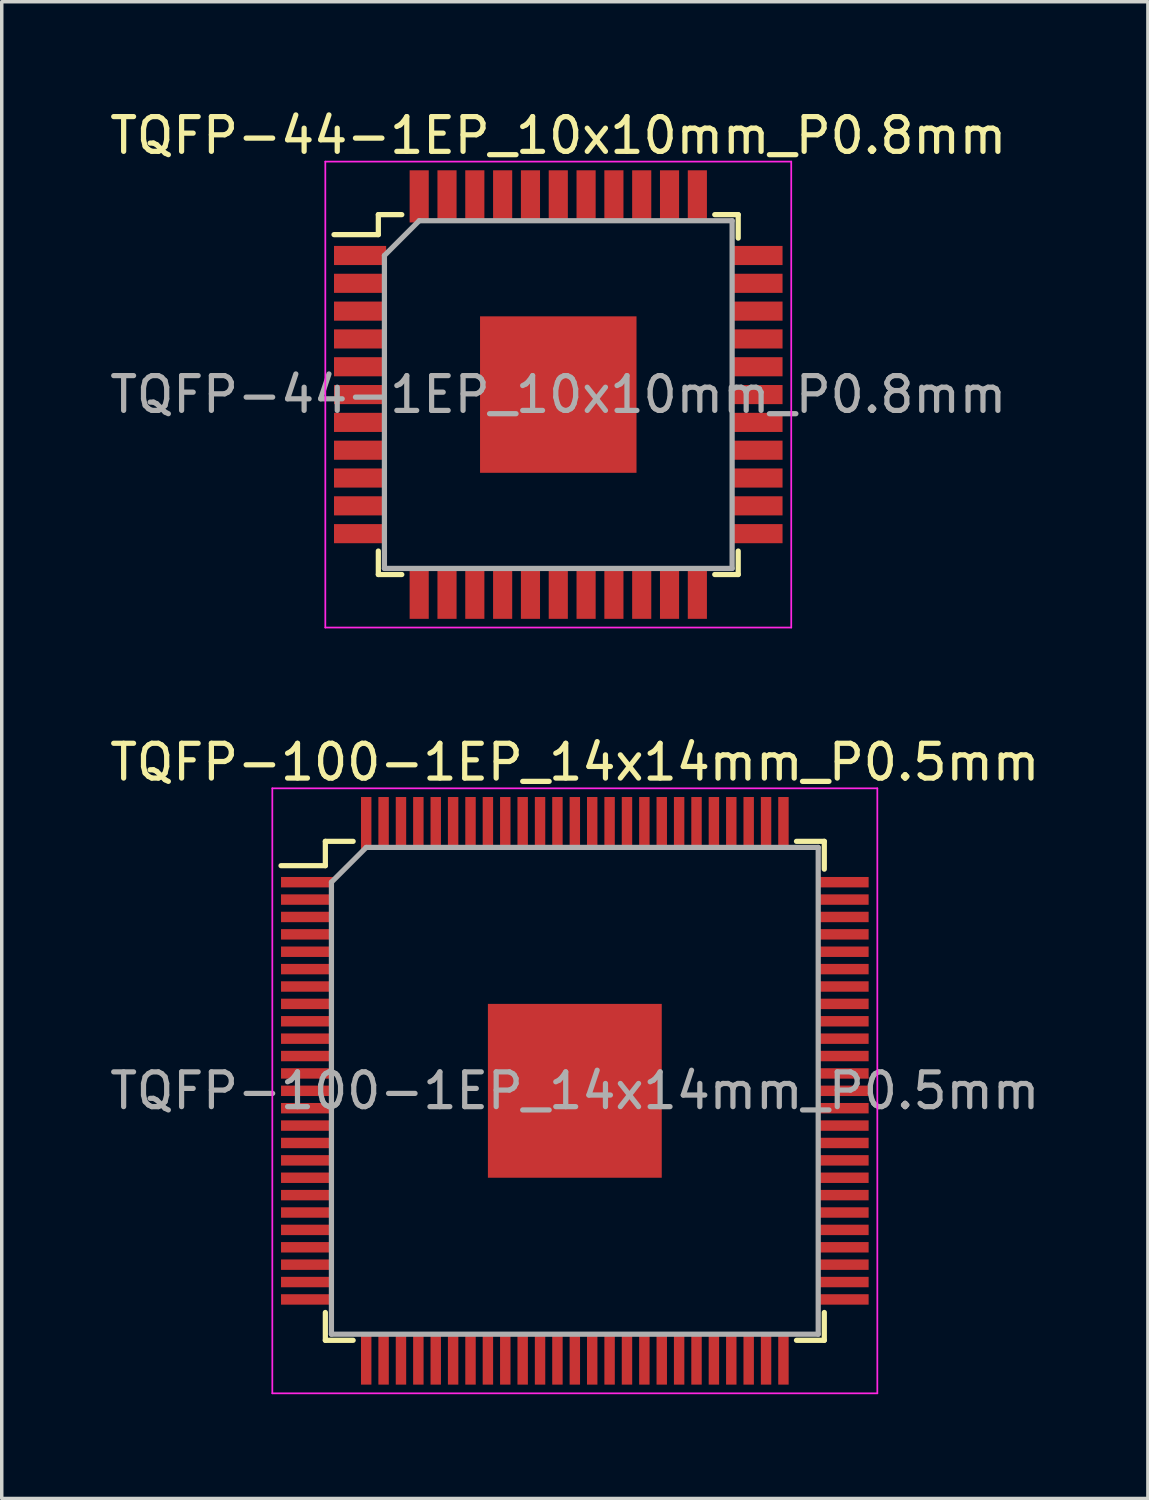
<source format=kicad_pcb>
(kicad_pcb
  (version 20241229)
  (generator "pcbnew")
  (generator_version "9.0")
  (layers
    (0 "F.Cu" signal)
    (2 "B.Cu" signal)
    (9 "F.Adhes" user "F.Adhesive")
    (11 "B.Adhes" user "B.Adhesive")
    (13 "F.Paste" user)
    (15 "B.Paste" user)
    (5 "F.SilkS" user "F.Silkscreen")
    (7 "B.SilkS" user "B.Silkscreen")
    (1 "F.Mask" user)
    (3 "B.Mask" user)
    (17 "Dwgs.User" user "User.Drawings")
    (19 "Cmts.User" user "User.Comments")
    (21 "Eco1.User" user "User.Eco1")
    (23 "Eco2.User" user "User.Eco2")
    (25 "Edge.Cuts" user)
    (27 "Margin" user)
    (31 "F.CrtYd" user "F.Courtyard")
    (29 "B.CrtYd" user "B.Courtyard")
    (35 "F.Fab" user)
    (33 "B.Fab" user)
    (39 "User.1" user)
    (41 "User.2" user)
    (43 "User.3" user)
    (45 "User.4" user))
  (footprint "TQFP-44-1EP_10x10mm_P0.8mm"
    (layer "F.Cu")
    (at 13.006 8.298)
    (property "Reference" "TQFP-44-1EP_10x10mm_P0.8mm" (at 0 -7.45 0) (layer "F.SilkS") (effects (font (size 1 1) (thickness 0.15))))
    (attr smd)
    (fp_line (start -5.175 -5.175) (end -5.175 -4.6) (stroke (width 0.15) (type solid)) (layer "F.SilkS"))
    (fp_line (start -5.175 -5.175) (end -4.5 -5.175) (stroke (width 0.15) (type solid)) (layer "F.SilkS"))
    (fp_line (start -5.175 -4.6) (end -6.45 -4.6) (stroke (width 0.15) (type solid)) (layer "F.SilkS"))
    (fp_line (start -5.175 5.175) (end -5.175 4.5) (stroke (width 0.15) (type solid)) (layer "F.SilkS"))
    (fp_line (start -5.175 5.175) (end -4.5 5.175) (stroke (width 0.15) (type solid)) (layer "F.SilkS"))
    (fp_line (start 5.175 -5.175) (end 4.5 -5.175) (stroke (width 0.15) (type solid)) (layer "F.SilkS"))
    (fp_line (start 5.175 -5.175) (end 5.175 -4.5) (stroke (width 0.15) (type solid)) (layer "F.SilkS"))
    (fp_line (start 5.175 5.175) (end 4.5 5.175) (stroke (width 0.15) (type solid)) (layer "F.SilkS"))
    (fp_line (start 5.175 5.175) (end 5.175 4.5) (stroke (width 0.15) (type solid)) (layer "F.SilkS"))
    (fp_line (start -6.7 -6.7) (end -6.7 6.7) (stroke (width 0.05) (type solid)) (layer "F.CrtYd"))
    (fp_line (start -6.7 -6.7) (end 6.7 -6.7) (stroke (width 0.05) (type solid)) (layer "F.CrtYd"))
    (fp_line (start -6.7 6.7) (end 6.7 6.7) (stroke (width 0.05) (type solid)) (layer "F.CrtYd"))
    (fp_line (start 6.7 -6.7) (end 6.7 6.7) (stroke (width 0.05) (type solid)) (layer "F.CrtYd"))
    (fp_line (start -5 -4) (end -4 -5) (stroke (width 0.15) (type solid)) (layer "F.Fab"))
    (fp_line (start -5 5) (end -5 -4) (stroke (width 0.15) (type solid)) (layer "F.Fab"))
    (fp_line (start -4 -5) (end 5 -5) (stroke (width 0.15) (type solid)) (layer "F.Fab"))
    (fp_line (start 5 -5) (end 5 5) (stroke (width 0.15) (type solid)) (layer "F.Fab"))
    (fp_line (start 5 5) (end -5 5) (stroke (width 0.15) (type solid)) (layer "F.Fab"))
    (fp_text user "${REFERENCE}" (at 0 0 0) (layer "F.Fab") (effects (font (size 1 1) (thickness 0.15))))
    (pad "" smd rect (at -1.5 -1.5) (size 1.16 1.16) (layers "F.Paste"))
    (pad "" smd rect (at -1.5 0) (size 1.16 1.16) (layers "F.Paste"))
    (pad "" smd rect (at -1.5 1.5) (size 1.16 1.16) (layers "F.Paste"))
    (pad "" smd rect (at 0 -1.5) (size 1.16 1.16) (layers "F.Paste"))
    (pad "" smd rect (at 0 0) (size 1.16 1.16) (layers "F.Paste"))
    (pad "" smd rect (at 0 1.5) (size 1.16 1.16) (layers "F.Paste"))
    (pad "" smd rect (at 1.5 -1.5) (size 1.16 1.16) (layers "F.Paste"))
    (pad "" smd rect (at 1.5 0) (size 1.16 1.16) (layers "F.Paste"))
    (pad "" smd rect (at 1.5 1.5) (size 1.16 1.16) (layers "F.Paste"))
    (pad "1" smd rect (at -5.7 -4) (size 1.5 0.55) (layers "F.Cu" "F.Mask" "F.Paste"))
    (pad "2" smd rect (at -5.7 -3.2) (size 1.5 0.55) (layers "F.Cu" "F.Mask" "F.Paste"))
    (pad "3" smd rect (at -5.7 -2.4) (size 1.5 0.55) (layers "F.Cu" "F.Mask" "F.Paste"))
    (pad "4" smd rect (at -5.7 -1.6) (size 1.5 0.55) (layers "F.Cu" "F.Mask" "F.Paste"))
    (pad "5" smd rect (at -5.7 -0.8) (size 1.5 0.55) (layers "F.Cu" "F.Mask" "F.Paste"))
    (pad "6" smd rect (at -5.7 0) (size 1.5 0.55) (layers "F.Cu" "F.Mask" "F.Paste"))
    (pad "7" smd rect (at -5.7 0.8) (size 1.5 0.55) (layers "F.Cu" "F.Mask" "F.Paste"))
    (pad "8" smd rect (at -5.7 1.6) (size 1.5 0.55) (layers "F.Cu" "F.Mask" "F.Paste"))
    (pad "9" smd rect (at -5.7 2.4) (size 1.5 0.55) (layers "F.Cu" "F.Mask" "F.Paste"))
    (pad "10" smd rect (at -5.7 3.2) (size 1.5 0.55) (layers "F.Cu" "F.Mask" "F.Paste"))
    (pad "11" smd rect (at -5.7 4) (size 1.5 0.55) (layers "F.Cu" "F.Mask" "F.Paste"))
    (pad "12" smd rect (at -4 5.7 90) (size 1.5 0.55) (layers "F.Cu" "F.Mask" "F.Paste"))
    (pad "13" smd rect (at -3.2 5.7 90) (size 1.5 0.55) (layers "F.Cu" "F.Mask" "F.Paste"))
    (pad "14" smd rect (at -2.4 5.7 90) (size 1.5 0.55) (layers "F.Cu" "F.Mask" "F.Paste"))
    (pad "15" smd rect (at -1.6 5.7 90) (size 1.5 0.55) (layers "F.Cu" "F.Mask" "F.Paste"))
    (pad "16" smd rect (at -0.8 5.7 90) (size 1.5 0.55) (layers "F.Cu" "F.Mask" "F.Paste"))
    (pad "17" smd rect (at 0 5.7 90) (size 1.5 0.55) (layers "F.Cu" "F.Mask" "F.Paste"))
    (pad "18" smd rect (at 0.8 5.7 90) (size 1.5 0.55) (layers "F.Cu" "F.Mask" "F.Paste"))
    (pad "19" smd rect (at 1.6 5.7 90) (size 1.5 0.55) (layers "F.Cu" "F.Mask" "F.Paste"))
    (pad "20" smd rect (at 2.4 5.7 90) (size 1.5 0.55) (layers "F.Cu" "F.Mask" "F.Paste"))
    (pad "21" smd rect (at 3.2 5.7 90) (size 1.5 0.55) (layers "F.Cu" "F.Mask" "F.Paste"))
    (pad "22" smd rect (at 4 5.7 90) (size 1.5 0.55) (layers "F.Cu" "F.Mask" "F.Paste"))
    (pad "23" smd rect (at 5.7 4) (size 1.5 0.55) (layers "F.Cu" "F.Mask" "F.Paste"))
    (pad "24" smd rect (at 5.7 3.2) (size 1.5 0.55) (layers "F.Cu" "F.Mask" "F.Paste"))
    (pad "25" smd rect (at 5.7 2.4) (size 1.5 0.55) (layers "F.Cu" "F.Mask" "F.Paste"))
    (pad "26" smd rect (at 5.7 1.6) (size 1.5 0.55) (layers "F.Cu" "F.Mask" "F.Paste"))
    (pad "27" smd rect (at 5.7 0.8) (size 1.5 0.55) (layers "F.Cu" "F.Mask" "F.Paste"))
    (pad "28" smd rect (at 5.7 0) (size 1.5 0.55) (layers "F.Cu" "F.Mask" "F.Paste"))
    (pad "29" smd rect (at 5.7 -0.8) (size 1.5 0.55) (layers "F.Cu" "F.Mask" "F.Paste"))
    (pad "30" smd rect (at 5.7 -1.6) (size 1.5 0.55) (layers "F.Cu" "F.Mask" "F.Paste"))
    (pad "31" smd rect (at 5.7 -2.4) (size 1.5 0.55) (layers "F.Cu" "F.Mask" "F.Paste"))
    (pad "32" smd rect (at 5.7 -3.2) (size 1.5 0.55) (layers "F.Cu" "F.Mask" "F.Paste"))
    (pad "33" smd rect (at 5.7 -4) (size 1.5 0.55) (layers "F.Cu" "F.Mask" "F.Paste"))
    (pad "34" smd rect (at 4 -5.7 90) (size 1.5 0.55) (layers "F.Cu" "F.Mask" "F.Paste"))
    (pad "35" smd rect (at 3.2 -5.7 90) (size 1.5 0.55) (layers "F.Cu" "F.Mask" "F.Paste"))
    (pad "36" smd rect (at 2.4 -5.7 90) (size 1.5 0.55) (layers "F.Cu" "F.Mask" "F.Paste"))
    (pad "37" smd rect (at 1.6 -5.7 90) (size 1.5 0.55) (layers "F.Cu" "F.Mask" "F.Paste"))
    (pad "38" smd rect (at 0.8 -5.7 90) (size 1.5 0.55) (layers "F.Cu" "F.Mask" "F.Paste"))
    (pad "39" smd rect (at 0 -5.7 90) (size 1.5 0.55) (layers "F.Cu" "F.Mask" "F.Paste"))
    (pad "40" smd rect (at -0.8 -5.7 90) (size 1.5 0.55) (layers "F.Cu" "F.Mask" "F.Paste"))
    (pad "41" smd rect (at -1.6 -5.7 90) (size 1.5 0.55) (layers "F.Cu" "F.Mask" "F.Paste"))
    (pad "42" smd rect (at -2.4 -5.7 90) (size 1.5 0.55) (layers "F.Cu" "F.Mask" "F.Paste"))
    (pad "43" smd rect (at -3.2 -5.7 90) (size 1.5 0.55) (layers "F.Cu" "F.Mask" "F.Paste"))
    (pad "44" smd rect (at -4 -5.7 90) (size 1.5 0.55) (layers "F.Cu" "F.Mask" "F.Paste"))
    (pad "45" smd rect (at 0 0) (size 4.5 4.5) (layers "F.Cu" "F.Mask")))
  (footprint "TQFP-100-1EP_14x14mm_P0.5mm"
    (layer "F.Cu")
    (at 13.482 28.322)
    (property "Reference" "TQFP-100-1EP_14x14mm_P0.5mm" (at 0 -9.45 0) (layer "F.SilkS") (effects (font (size 1 1) (thickness 0.15))))
    (attr smd)
    (fp_line (start -7.175 -7.175) (end -7.175 -6.475) (stroke (width 0.15) (type solid)) (layer "F.SilkS"))
    (fp_line (start -7.175 -7.175) (end -6.375 -7.175) (stroke (width 0.15) (type solid)) (layer "F.SilkS"))
    (fp_line (start -7.175 -6.475) (end -8.45 -6.475) (stroke (width 0.15) (type solid)) (layer "F.SilkS"))
    (fp_line (start -7.175 7.175) (end -7.175 6.375) (stroke (width 0.15) (type solid)) (layer "F.SilkS"))
    (fp_line (start -7.175 7.175) (end -6.375 7.175) (stroke (width 0.15) (type solid)) (layer "F.SilkS"))
    (fp_line (start 7.175 -7.175) (end 6.375 -7.175) (stroke (width 0.15) (type solid)) (layer "F.SilkS"))
    (fp_line (start 7.175 -7.175) (end 7.175 -6.375) (stroke (width 0.15) (type solid)) (layer "F.SilkS"))
    (fp_line (start 7.175 7.175) (end 6.375 7.175) (stroke (width 0.15) (type solid)) (layer "F.SilkS"))
    (fp_line (start 7.175 7.175) (end 7.175 6.375) (stroke (width 0.15) (type solid)) (layer "F.SilkS"))
    (fp_line (start -8.7 -8.7) (end -8.7 8.7) (stroke (width 0.05) (type solid)) (layer "F.CrtYd"))
    (fp_line (start -8.7 -8.7) (end 8.7 -8.7) (stroke (width 0.05) (type solid)) (layer "F.CrtYd"))
    (fp_line (start -8.7 8.7) (end 8.7 8.7) (stroke (width 0.05) (type solid)) (layer "F.CrtYd"))
    (fp_line (start 8.7 -8.7) (end 8.7 8.7) (stroke (width 0.05) (type solid)) (layer "F.CrtYd"))
    (fp_line (start -7 -6) (end -6 -7) (stroke (width 0.15) (type solid)) (layer "F.Fab"))
    (fp_line (start -7 7) (end -7 -6) (stroke (width 0.15) (type solid)) (layer "F.Fab"))
    (fp_line (start -6 -7) (end 7 -7) (stroke (width 0.15) (type solid)) (layer "F.Fab"))
    (fp_line (start 7 -7) (end 7 7) (stroke (width 0.15) (type solid)) (layer "F.Fab"))
    (fp_line (start 7 7) (end -7 7) (stroke (width 0.15) (type solid)) (layer "F.Fab"))
    (fp_text user "${REFERENCE}" (at 0 0 0) (layer "F.Fab") (effects (font (size 1 1) (thickness 0.15))))
    (pad "" smd rect (at -1.875 -1.875) (size 1 1) (layers "F.Paste"))
    (pad "" smd rect (at -1.875 -0.625) (size 1 1) (layers "F.Paste"))
    (pad "" smd rect (at -1.875 0.625) (size 1 1) (layers "F.Paste"))
    (pad "" smd rect (at -1.875 1.875) (size 1 1) (layers "F.Paste"))
    (pad "" smd rect (at -0.625 -1.875) (size 1 1) (layers "F.Paste"))
    (pad "" smd rect (at -0.625 -0.625) (size 1 1) (layers "F.Paste"))
    (pad "" smd rect (at -0.625 0.625) (size 1 1) (layers "F.Paste"))
    (pad "" smd rect (at -0.625 1.875) (size 1 1) (layers "F.Paste"))
    (pad "" smd rect (at 0.625 -1.875) (size 1 1) (layers "F.Paste"))
    (pad "" smd rect (at 0.625 -0.625) (size 1 1) (layers "F.Paste"))
    (pad "" smd rect (at 0.625 0.625) (size 1 1) (layers "F.Paste"))
    (pad "" smd rect (at 0.625 1.875) (size 1 1) (layers "F.Paste"))
    (pad "" smd rect (at 1.875 -1.875) (size 1 1) (layers "F.Paste"))
    (pad "" smd rect (at 1.875 -0.625) (size 1 1) (layers "F.Paste"))
    (pad "" smd rect (at 1.875 0.625) (size 1 1) (layers "F.Paste"))
    (pad "" smd rect (at 1.875 1.875) (size 1 1) (layers "F.Paste"))
    (pad "1" smd rect (at -7.7 -6) (size 1.5 0.3) (layers "F.Cu" "F.Mask" "F.Paste"))
    (pad "2" smd rect (at -7.7 -5.5) (size 1.5 0.3) (layers "F.Cu" "F.Mask" "F.Paste"))
    (pad "3" smd rect (at -7.7 -5) (size 1.5 0.3) (layers "F.Cu" "F.Mask" "F.Paste"))
    (pad "4" smd rect (at -7.7 -4.5) (size 1.5 0.3) (layers "F.Cu" "F.Mask" "F.Paste"))
    (pad "5" smd rect (at -7.7 -4) (size 1.5 0.3) (layers "F.Cu" "F.Mask" "F.Paste"))
    (pad "6" smd rect (at -7.7 -3.5) (size 1.5 0.3) (layers "F.Cu" "F.Mask" "F.Paste"))
    (pad "7" smd rect (at -7.7 -3) (size 1.5 0.3) (layers "F.Cu" "F.Mask" "F.Paste"))
    (pad "8" smd rect (at -7.7 -2.5) (size 1.5 0.3) (layers "F.Cu" "F.Mask" "F.Paste"))
    (pad "9" smd rect (at -7.7 -2) (size 1.5 0.3) (layers "F.Cu" "F.Mask" "F.Paste"))
    (pad "10" smd rect (at -7.7 -1.5) (size 1.5 0.3) (layers "F.Cu" "F.Mask" "F.Paste"))
    (pad "11" smd rect (at -7.7 -1) (size 1.5 0.3) (layers "F.Cu" "F.Mask" "F.Paste"))
    (pad "12" smd rect (at -7.7 -0.5) (size 1.5 0.3) (layers "F.Cu" "F.Mask" "F.Paste"))
    (pad "13" smd rect (at -7.7 0) (size 1.5 0.3) (layers "F.Cu" "F.Mask" "F.Paste"))
    (pad "14" smd rect (at -7.7 0.5) (size 1.5 0.3) (layers "F.Cu" "F.Mask" "F.Paste"))
    (pad "15" smd rect (at -7.7 1) (size 1.5 0.3) (layers "F.Cu" "F.Mask" "F.Paste"))
    (pad "16" smd rect (at -7.7 1.5) (size 1.5 0.3) (layers "F.Cu" "F.Mask" "F.Paste"))
    (pad "17" smd rect (at -7.7 2) (size 1.5 0.3) (layers "F.Cu" "F.Mask" "F.Paste"))
    (pad "18" smd rect (at -7.7 2.5) (size 1.5 0.3) (layers "F.Cu" "F.Mask" "F.Paste"))
    (pad "19" smd rect (at -7.7 3) (size 1.5 0.3) (layers "F.Cu" "F.Mask" "F.Paste"))
    (pad "20" smd rect (at -7.7 3.5) (size 1.5 0.3) (layers "F.Cu" "F.Mask" "F.Paste"))
    (pad "21" smd rect (at -7.7 4) (size 1.5 0.3) (layers "F.Cu" "F.Mask" "F.Paste"))
    (pad "22" smd rect (at -7.7 4.5) (size 1.5 0.3) (layers "F.Cu" "F.Mask" "F.Paste"))
    (pad "23" smd rect (at -7.7 5) (size 1.5 0.3) (layers "F.Cu" "F.Mask" "F.Paste"))
    (pad "24" smd rect (at -7.7 5.5) (size 1.5 0.3) (layers "F.Cu" "F.Mask" "F.Paste"))
    (pad "25" smd rect (at -7.7 6) (size 1.5 0.3) (layers "F.Cu" "F.Mask" "F.Paste"))
    (pad "26" smd rect (at -6 7.7 90) (size 1.5 0.3) (layers "F.Cu" "F.Mask" "F.Paste"))
    (pad "27" smd rect (at -5.5 7.7 90) (size 1.5 0.3) (layers "F.Cu" "F.Mask" "F.Paste"))
    (pad "28" smd rect (at -5 7.7 90) (size 1.5 0.3) (layers "F.Cu" "F.Mask" "F.Paste"))
    (pad "29" smd rect (at -4.5 7.7 90) (size 1.5 0.3) (layers "F.Cu" "F.Mask" "F.Paste"))
    (pad "30" smd rect (at -4 7.7 90) (size 1.5 0.3) (layers "F.Cu" "F.Mask" "F.Paste"))
    (pad "31" smd rect (at -3.5 7.7 90) (size 1.5 0.3) (layers "F.Cu" "F.Mask" "F.Paste"))
    (pad "32" smd rect (at -3 7.7 90) (size 1.5 0.3) (layers "F.Cu" "F.Mask" "F.Paste"))
    (pad "33" smd rect (at -2.5 7.7 90) (size 1.5 0.3) (layers "F.Cu" "F.Mask" "F.Paste"))
    (pad "34" smd rect (at -2 7.7 90) (size 1.5 0.3) (layers "F.Cu" "F.Mask" "F.Paste"))
    (pad "35" smd rect (at -1.5 7.7 90) (size 1.5 0.3) (layers "F.Cu" "F.Mask" "F.Paste"))
    (pad "36" smd rect (at -1 7.7 90) (size 1.5 0.3) (layers "F.Cu" "F.Mask" "F.Paste"))
    (pad "37" smd rect (at -0.5 7.7 90) (size 1.5 0.3) (layers "F.Cu" "F.Mask" "F.Paste"))
    (pad "38" smd rect (at 0 7.7 90) (size 1.5 0.3) (layers "F.Cu" "F.Mask" "F.Paste"))
    (pad "39" smd rect (at 0.5 7.7 90) (size 1.5 0.3) (layers "F.Cu" "F.Mask" "F.Paste"))
    (pad "40" smd rect (at 1 7.7 90) (size 1.5 0.3) (layers "F.Cu" "F.Mask" "F.Paste"))
    (pad "41" smd rect (at 1.5 7.7 90) (size 1.5 0.3) (layers "F.Cu" "F.Mask" "F.Paste"))
    (pad "42" smd rect (at 2 7.7 90) (size 1.5 0.3) (layers "F.Cu" "F.Mask" "F.Paste"))
    (pad "43" smd rect (at 2.5 7.7 90) (size 1.5 0.3) (layers "F.Cu" "F.Mask" "F.Paste"))
    (pad "44" smd rect (at 3 7.7 90) (size 1.5 0.3) (layers "F.Cu" "F.Mask" "F.Paste"))
    (pad "45" smd rect (at 3.5 7.7 90) (size 1.5 0.3) (layers "F.Cu" "F.Mask" "F.Paste"))
    (pad "46" smd rect (at 4 7.7 90) (size 1.5 0.3) (layers "F.Cu" "F.Mask" "F.Paste"))
    (pad "47" smd rect (at 4.5 7.7 90) (size 1.5 0.3) (layers "F.Cu" "F.Mask" "F.Paste"))
    (pad "48" smd rect (at 5 7.7 90) (size 1.5 0.3) (layers "F.Cu" "F.Mask" "F.Paste"))
    (pad "49" smd rect (at 5.5 7.7 90) (size 1.5 0.3) (layers "F.Cu" "F.Mask" "F.Paste"))
    (pad "50" smd rect (at 6 7.7 90) (size 1.5 0.3) (layers "F.Cu" "F.Mask" "F.Paste"))
    (pad "51" smd rect (at 7.7 6) (size 1.5 0.3) (layers "F.Cu" "F.Mask" "F.Paste"))
    (pad "52" smd rect (at 7.7 5.5) (size 1.5 0.3) (layers "F.Cu" "F.Mask" "F.Paste"))
    (pad "53" smd rect (at 7.7 5) (size 1.5 0.3) (layers "F.Cu" "F.Mask" "F.Paste"))
    (pad "54" smd rect (at 7.7 4.5) (size 1.5 0.3) (layers "F.Cu" "F.Mask" "F.Paste"))
    (pad "55" smd rect (at 7.7 4) (size 1.5 0.3) (layers "F.Cu" "F.Mask" "F.Paste"))
    (pad "56" smd rect (at 7.7 3.5) (size 1.5 0.3) (layers "F.Cu" "F.Mask" "F.Paste"))
    (pad "57" smd rect (at 7.7 3) (size 1.5 0.3) (layers "F.Cu" "F.Mask" "F.Paste"))
    (pad "58" smd rect (at 7.7 2.5) (size 1.5 0.3) (layers "F.Cu" "F.Mask" "F.Paste"))
    (pad "59" smd rect (at 7.7 2) (size 1.5 0.3) (layers "F.Cu" "F.Mask" "F.Paste"))
    (pad "60" smd rect (at 7.7 1.5) (size 1.5 0.3) (layers "F.Cu" "F.Mask" "F.Paste"))
    (pad "61" smd rect (at 7.7 1) (size 1.5 0.3) (layers "F.Cu" "F.Mask" "F.Paste"))
    (pad "62" smd rect (at 7.7 0.5) (size 1.5 0.3) (layers "F.Cu" "F.Mask" "F.Paste"))
    (pad "63" smd rect (at 7.7 0) (size 1.5 0.3) (layers "F.Cu" "F.Mask" "F.Paste"))
    (pad "64" smd rect (at 7.7 -0.5) (size 1.5 0.3) (layers "F.Cu" "F.Mask" "F.Paste"))
    (pad "65" smd rect (at 7.7 -1) (size 1.5 0.3) (layers "F.Cu" "F.Mask" "F.Paste"))
    (pad "66" smd rect (at 7.7 -1.5) (size 1.5 0.3) (layers "F.Cu" "F.Mask" "F.Paste"))
    (pad "67" smd rect (at 7.7 -2) (size 1.5 0.3) (layers "F.Cu" "F.Mask" "F.Paste"))
    (pad "68" smd rect (at 7.7 -2.5) (size 1.5 0.3) (layers "F.Cu" "F.Mask" "F.Paste"))
    (pad "69" smd rect (at 7.7 -3) (size 1.5 0.3) (layers "F.Cu" "F.Mask" "F.Paste"))
    (pad "70" smd rect (at 7.7 -3.5) (size 1.5 0.3) (layers "F.Cu" "F.Mask" "F.Paste"))
    (pad "71" smd rect (at 7.7 -4) (size 1.5 0.3) (layers "F.Cu" "F.Mask" "F.Paste"))
    (pad "72" smd rect (at 7.7 -4.5) (size 1.5 0.3) (layers "F.Cu" "F.Mask" "F.Paste"))
    (pad "73" smd rect (at 7.7 -5) (size 1.5 0.3) (layers "F.Cu" "F.Mask" "F.Paste"))
    (pad "74" smd rect (at 7.7 -5.5) (size 1.5 0.3) (layers "F.Cu" "F.Mask" "F.Paste"))
    (pad "75" smd rect (at 7.7 -6) (size 1.5 0.3) (layers "F.Cu" "F.Mask" "F.Paste"))
    (pad "76" smd rect (at 6 -7.7 90) (size 1.5 0.3) (layers "F.Cu" "F.Mask" "F.Paste"))
    (pad "77" smd rect (at 5.5 -7.7 90) (size 1.5 0.3) (layers "F.Cu" "F.Mask" "F.Paste"))
    (pad "78" smd rect (at 5 -7.7 90) (size 1.5 0.3) (layers "F.Cu" "F.Mask" "F.Paste"))
    (pad "79" smd rect (at 4.5 -7.7 90) (size 1.5 0.3) (layers "F.Cu" "F.Mask" "F.Paste"))
    (pad "80" smd rect (at 4 -7.7 90) (size 1.5 0.3) (layers "F.Cu" "F.Mask" "F.Paste"))
    (pad "81" smd rect (at 3.5 -7.7 90) (size 1.5 0.3) (layers "F.Cu" "F.Mask" "F.Paste"))
    (pad "82" smd rect (at 3 -7.7 90) (size 1.5 0.3) (layers "F.Cu" "F.Mask" "F.Paste"))
    (pad "83" smd rect (at 2.5 -7.7 90) (size 1.5 0.3) (layers "F.Cu" "F.Mask" "F.Paste"))
    (pad "84" smd rect (at 2 -7.7 90) (size 1.5 0.3) (layers "F.Cu" "F.Mask" "F.Paste"))
    (pad "85" smd rect (at 1.5 -7.7 90) (size 1.5 0.3) (layers "F.Cu" "F.Mask" "F.Paste"))
    (pad "86" smd rect (at 1 -7.7 90) (size 1.5 0.3) (layers "F.Cu" "F.Mask" "F.Paste"))
    (pad "87" smd rect (at 0.5 -7.7 90) (size 1.5 0.3) (layers "F.Cu" "F.Mask" "F.Paste"))
    (pad "88" smd rect (at 0 -7.7 90) (size 1.5 0.3) (layers "F.Cu" "F.Mask" "F.Paste"))
    (pad "89" smd rect (at -0.5 -7.7 90) (size 1.5 0.3) (layers "F.Cu" "F.Mask" "F.Paste"))
    (pad "90" smd rect (at -1 -7.7 90) (size 1.5 0.3) (layers "F.Cu" "F.Mask" "F.Paste"))
    (pad "91" smd rect (at -1.5 -7.7 90) (size 1.5 0.3) (layers "F.Cu" "F.Mask" "F.Paste"))
    (pad "92" smd rect (at -2 -7.7 90) (size 1.5 0.3) (layers "F.Cu" "F.Mask" "F.Paste"))
    (pad "93" smd rect (at -2.5 -7.7 90) (size 1.5 0.3) (layers "F.Cu" "F.Mask" "F.Paste"))
    (pad "94" smd rect (at -3 -7.7 90) (size 1.5 0.3) (layers "F.Cu" "F.Mask" "F.Paste"))
    (pad "95" smd rect (at -3.5 -7.7 90) (size 1.5 0.3) (layers "F.Cu" "F.Mask" "F.Paste"))
    (pad "96" smd rect (at -4 -7.7 90) (size 1.5 0.3) (layers "F.Cu" "F.Mask" "F.Paste"))
    (pad "97" smd rect (at -4.5 -7.7 90) (size 1.5 0.3) (layers "F.Cu" "F.Mask" "F.Paste"))
    (pad "98" smd rect (at -5 -7.7 90) (size 1.5 0.3) (layers "F.Cu" "F.Mask" "F.Paste"))
    (pad "99" smd rect (at -5.5 -7.7 90) (size 1.5 0.3) (layers "F.Cu" "F.Mask" "F.Paste"))
    (pad "100" smd rect (at -6 -7.7 90) (size 1.5 0.3) (layers "F.Cu" "F.Mask" "F.Paste"))
    (pad "101" smd rect (at 0 0) (size 5 5) (layers "F.Cu" "F.Mask")))
  (gr_rect
    (start -3 -3)
    (end 29.964 40.047)
    (stroke (width 0.1) (type default))
    (fill no)
    (layer "Edge.Cuts")))
</source>
